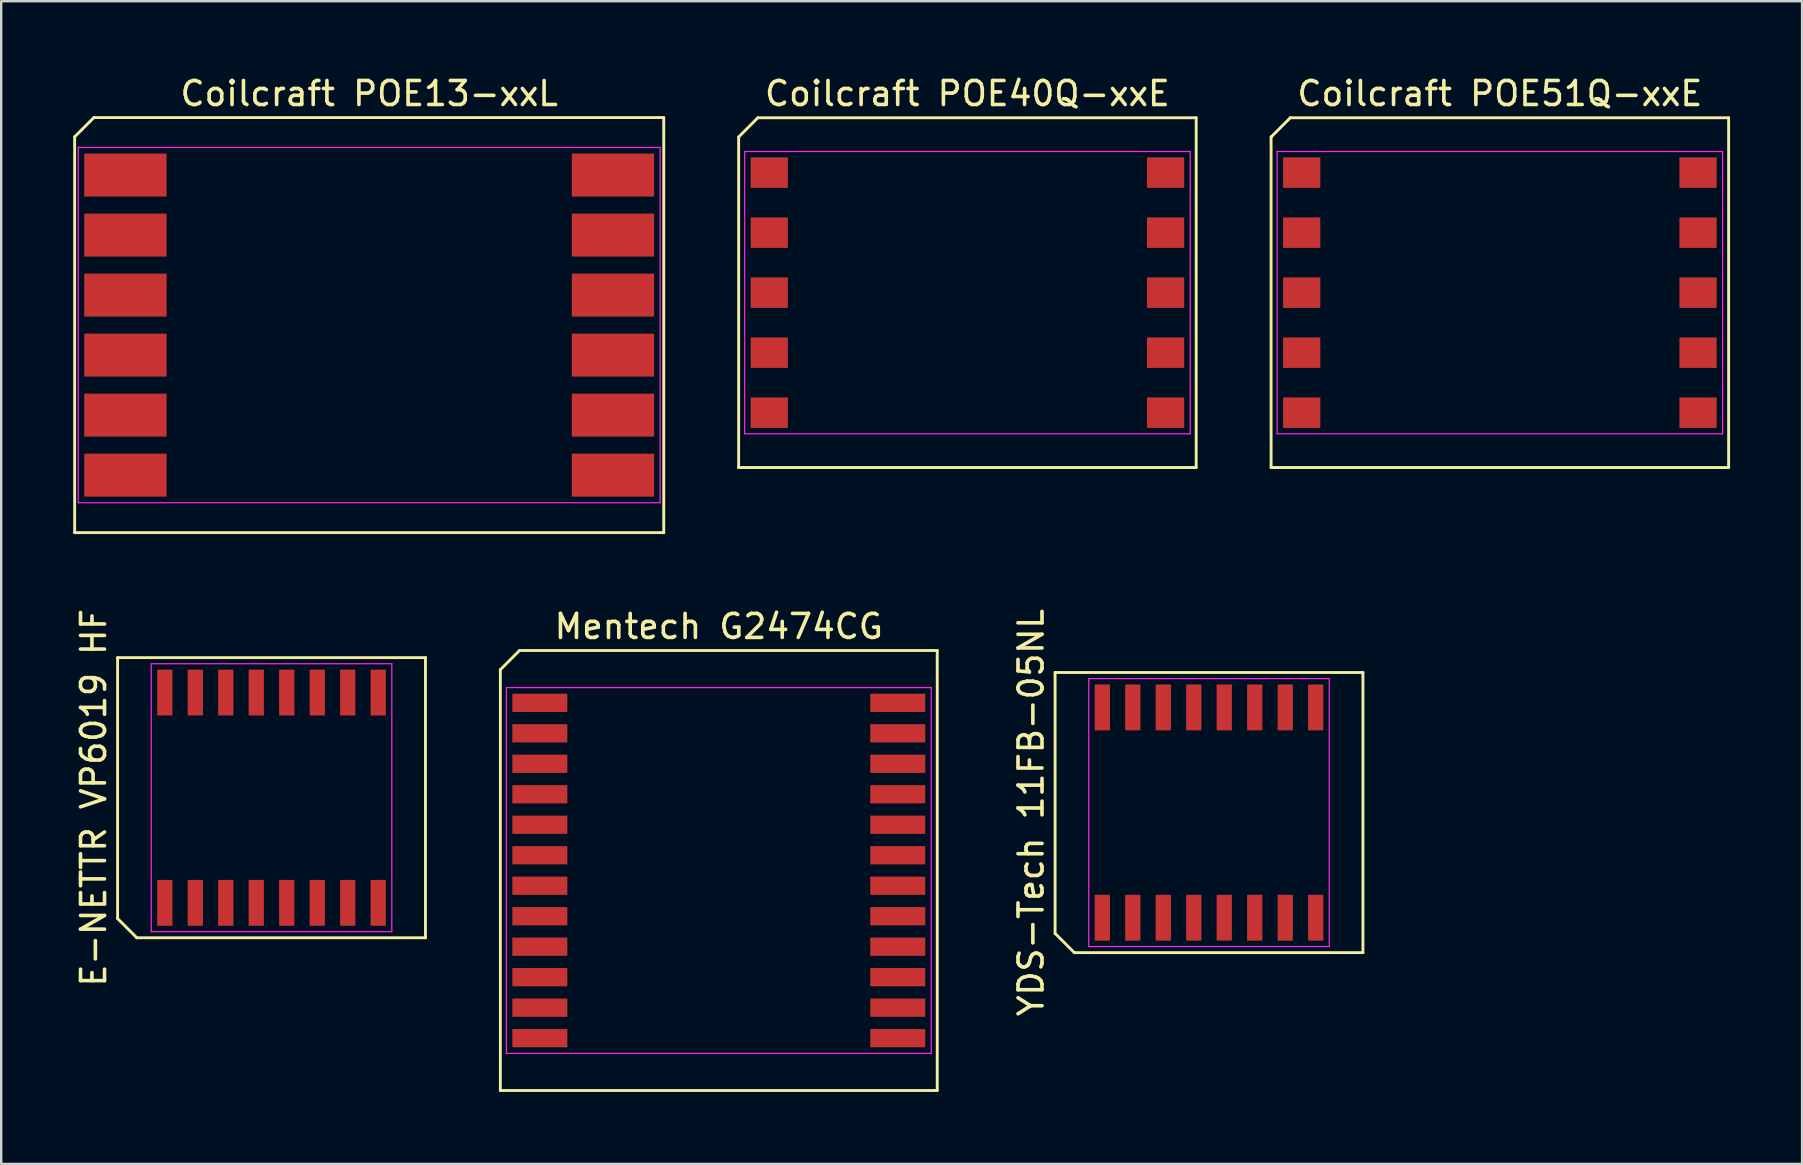
<source format=kicad_pcb>
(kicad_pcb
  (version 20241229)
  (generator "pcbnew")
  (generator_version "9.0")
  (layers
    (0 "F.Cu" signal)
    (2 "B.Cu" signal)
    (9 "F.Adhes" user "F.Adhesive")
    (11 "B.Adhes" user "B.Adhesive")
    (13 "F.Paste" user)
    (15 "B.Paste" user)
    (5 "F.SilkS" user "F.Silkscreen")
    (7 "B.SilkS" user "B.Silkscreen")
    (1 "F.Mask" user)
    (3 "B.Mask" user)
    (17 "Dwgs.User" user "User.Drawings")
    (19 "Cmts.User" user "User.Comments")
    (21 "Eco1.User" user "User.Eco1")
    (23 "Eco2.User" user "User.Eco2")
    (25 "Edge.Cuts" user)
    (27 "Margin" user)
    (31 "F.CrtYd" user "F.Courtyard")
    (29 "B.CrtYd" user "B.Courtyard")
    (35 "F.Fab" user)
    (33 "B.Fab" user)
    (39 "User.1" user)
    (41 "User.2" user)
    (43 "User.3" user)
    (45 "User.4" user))
  (footprint "Mentech G2474CG"
    (layer "F.Cu")
    (at 19.438 26.227)
    (property "Reference" "Mentech G2474CG" (at 7.455 -3.18 0) (layer "F.SilkS") (effects (font (size 1 1) (thickness 0.15))))
    (attr smd)
    (fp_line (start -1.645 -1.38) (end -0.845 -2.18) (stroke (width 0.12) (type default)) (layer "F.SilkS"))
    (fp_line (start -1.645 16.15) (end -1.645 -1.38) (stroke (width 0.12) (type default)) (layer "F.SilkS"))
    (fp_line (start -0.845 -2.18) (end 16.555 -2.18) (stroke (width 0.12) (type default)) (layer "F.SilkS"))
    (fp_line (start 16.555 -2.18) (end 16.555 16.15) (stroke (width 0.12) (type default)) (layer "F.SilkS"))
    (fp_line (start 16.555 16.15) (end -1.645 16.15) (stroke (width 0.12) (type default)) (layer "F.SilkS"))
    (fp_line (start -1.395 -0.635) (end 16.305 -0.635) (stroke (width 0.05) (type default)) (layer "F.CrtYd"))
    (fp_line (start -1.395 14.605) (end -1.395 -0.635) (stroke (width 0.05) (type default)) (layer "F.CrtYd"))
    (fp_line (start 16.305 -0.635) (end 16.305 14.605) (stroke (width 0.05) (type default)) (layer "F.CrtYd"))
    (fp_line (start 16.305 14.605) (end -1.395 14.605) (stroke (width 0.05) (type default)) (layer "F.CrtYd"))
    (pad "1" smd rect (at 0 0 270) (size 0.76 2.29) (layers "F.Cu" "F.Mask" "F.Paste"))
    (pad "2" smd rect (at 0 1.27 270) (size 0.76 2.29) (layers "F.Cu" "F.Mask" "F.Paste"))
    (pad "3" smd rect (at 0 2.54 270) (size 0.76 2.29) (layers "F.Cu" "F.Mask" "F.Paste"))
    (pad "4" smd rect (at 0 3.81 270) (size 0.76 2.29) (layers "F.Cu" "F.Mask" "F.Paste"))
    (pad "5" smd rect (at 0 5.08 270) (size 0.76 2.29) (layers "F.Cu" "F.Mask" "F.Paste"))
    (pad "6" smd rect (at 0 6.35 270) (size 0.76 2.29) (layers "F.Cu" "F.Mask" "F.Paste"))
    (pad "7" smd rect (at 0 7.62 270) (size 0.76 2.29) (layers "F.Cu" "F.Mask" "F.Paste"))
    (pad "8" smd rect (at 0 8.89 270) (size 0.76 2.29) (layers "F.Cu" "F.Mask" "F.Paste"))
    (pad "9" smd rect (at 0 10.16 270) (size 0.76 2.29) (layers "F.Cu" "F.Mask" "F.Paste"))
    (pad "10" smd rect (at 0 11.43 270) (size 0.76 2.29) (layers "F.Cu" "F.Mask" "F.Paste"))
    (pad "11" smd rect (at 0 12.7 270) (size 0.76 2.29) (layers "F.Cu" "F.Mask" "F.Paste"))
    (pad "12" smd rect (at 0 13.97 270) (size 0.76 2.29) (layers "F.Cu" "F.Mask" "F.Paste"))
    (pad "13" smd rect (at 14.91 13.97 270) (size 0.76 2.29) (layers "F.Cu" "F.Mask" "F.Paste"))
    (pad "14" smd rect (at 14.91 12.7 270) (size 0.76 2.29) (layers "F.Cu" "F.Mask" "F.Paste"))
    (pad "15" smd rect (at 14.91 11.43 270) (size 0.76 2.29) (layers "F.Cu" "F.Mask" "F.Paste"))
    (pad "16" smd rect (at 14.91 10.16 270) (size 0.76 2.29) (layers "F.Cu" "F.Mask" "F.Paste"))
    (pad "17" smd rect (at 14.91 8.89 270) (size 0.76 2.29) (layers "F.Cu" "F.Mask" "F.Paste"))
    (pad "18" smd rect (at 14.91 7.62 270) (size 0.76 2.29) (layers "F.Cu" "F.Mask" "F.Paste"))
    (pad "19" smd rect (at 14.91 6.35 270) (size 0.76 2.29) (layers "F.Cu" "F.Mask" "F.Paste"))
    (pad "20" smd rect (at 14.91 5.08 270) (size 0.76 2.29) (layers "F.Cu" "F.Mask" "F.Paste"))
    (pad "21" smd rect (at 14.91 3.81 270) (size 0.76 2.29) (layers "F.Cu" "F.Mask" "F.Paste"))
    (pad "22" smd rect (at 14.91 2.54 270) (size 0.76 2.29) (layers "F.Cu" "F.Mask" "F.Paste"))
    (pad "23" smd rect (at 14.91 1.27 270) (size 0.76 2.29) (layers "F.Cu" "F.Mask" "F.Paste"))
    (pad "24" smd rect (at 14.91 0 270) (size 0.76 2.29) (layers "F.Cu" "F.Mask" "F.Paste")))
  (footprint "Coilcraft POE51Q-xxE"
    (layer "F.Cu")
    (at 59.43 9.103)
    (property "Reference" "Coilcraft POE51Q-xxE" (at 0 -8.255 0) (layer "F.SilkS") (effects (font (size 1 1) (thickness 0.15))))
    (attr smd)
    (fp_line (start -9.53 -6.447) (end -8.73 -7.247) (stroke (width 0.12) (type default)) (layer "F.SilkS"))
    (fp_line (start -9.53 7.323) (end -9.53 -6.447) (stroke (width 0.12) (type default)) (layer "F.SilkS"))
    (fp_line (start -8.73 -7.247) (end 9.53 -7.247) (stroke (width 0.12) (type default)) (layer "F.SilkS"))
    (fp_line (start 9.53 -7.247) (end 9.53 7.323) (stroke (width 0.12) (type default)) (layer "F.SilkS"))
    (fp_line (start 9.53 7.323) (end -9.53 7.323) (stroke (width 0.12) (type default)) (layer "F.SilkS"))
    (fp_line (start -9.28 -5.842) (end 9.28 -5.842) (stroke (width 0.05) (type default)) (layer "F.CrtYd"))
    (fp_line (start -9.28 5.918) (end -9.28 -5.842) (stroke (width 0.05) (type default)) (layer "F.CrtYd"))
    (fp_line (start 9.28 -5.842) (end 9.28 5.918) (stroke (width 0.05) (type default)) (layer "F.CrtYd"))
    (fp_line (start 9.28 5.918) (end -9.28 5.918) (stroke (width 0.05) (type default)) (layer "F.CrtYd"))
    (pad "1" smd rect (at -8.255 -4.962 270) (size 1.27 1.55) (layers "F.Cu" "F.Mask" "F.Paste"))
    (pad "2" smd rect (at -8.255 -2.462 270) (size 1.27 1.55) (layers "F.Cu" "F.Mask" "F.Paste"))
    (pad "3" smd rect (at -8.255 0.038 270) (size 1.27 1.55) (layers "F.Cu" "F.Mask" "F.Paste"))
    (pad "4" smd rect (at -8.255 2.538 270) (size 1.27 1.55) (layers "F.Cu" "F.Mask" "F.Paste"))
    (pad "5" smd rect (at -8.255 5.038 270) (size 1.27 1.55) (layers "F.Cu" "F.Mask" "F.Paste"))
    (pad "6" smd rect (at 8.255 5.038 270) (size 1.27 1.55) (layers "F.Cu" "F.Mask" "F.Paste"))
    (pad "7" smd rect (at 8.255 2.538 270) (size 1.27 1.55) (layers "F.Cu" "F.Mask" "F.Paste"))
    (pad "8" smd rect (at 8.255 0.038 270) (size 1.27 1.55) (layers "F.Cu" "F.Mask" "F.Paste"))
    (pad "9" smd rect (at 8.255 -2.462 270) (size 1.27 1.55) (layers "F.Cu" "F.Mask" "F.Paste"))
    (pad "10" smd rect (at 8.255 -4.962 270) (size 1.27 1.55) (layers "F.Cu" "F.Mask" "F.Paste")))
  (footprint "YDS-Tech 11FB-05NL"
    (layer "F.Cu")
    (at 47.314 30.799)
    (property "Reference" "YDS-Tech 11FB-05NL" (at -7.412 0 90) (layer "F.SilkS") (effects (font (size 1 1) (thickness 0.15))))
    (attr smd)
    (fp_line (start -6.412 -5.835) (end 6.412 -5.835) (stroke (width 0.12) (type default)) (layer "F.SilkS"))
    (fp_line (start -6.412 5.035) (end -6.412 -5.835) (stroke (width 0.12) (type default)) (layer "F.SilkS"))
    (fp_line (start -5.612 5.835) (end -6.412 5.035) (stroke (width 0.12) (type default)) (layer "F.SilkS"))
    (fp_line (start 6.412 -5.835) (end 6.412 5.835) (stroke (width 0.12) (type default)) (layer "F.SilkS"))
    (fp_line (start 6.412 5.835) (end -5.612 5.835) (stroke (width 0.12) (type default)) (layer "F.SilkS"))
    (fp_line (start -5.01 -5.58) (end 5.01 -5.58) (stroke (width 0.05) (type default)) (layer "F.CrtYd"))
    (fp_line (start -5.01 5.58) (end -5.01 -5.58) (stroke (width 0.05) (type default)) (layer "F.CrtYd"))
    (fp_line (start 5.01 -5.58) (end 5.01 5.58) (stroke (width 0.05) (type default)) (layer "F.CrtYd"))
    (fp_line (start 5.01 5.58) (end -5.01 5.58) (stroke (width 0.05) (type default)) (layer "F.CrtYd"))
    (pad "1" smd rect (at -4.445 4.38) (size 0.635 1.91) (layers "F.Cu" "F.Mask" "F.Paste"))
    (pad "2" smd rect (at -3.175 4.38) (size 0.635 1.91) (layers "F.Cu" "F.Mask" "F.Paste"))
    (pad "3" smd rect (at -1.905 4.38) (size 0.635 1.91) (layers "F.Cu" "F.Mask" "F.Paste"))
    (pad "4" smd rect (at -0.635 4.38) (size 0.635 1.91) (layers "F.Cu" "F.Mask" "F.Paste"))
    (pad "5" smd rect (at 0.635 4.38) (size 0.635 1.91) (layers "F.Cu" "F.Mask" "F.Paste"))
    (pad "6" smd rect (at 1.905 4.38) (size 0.635 1.91) (layers "F.Cu" "F.Mask" "F.Paste"))
    (pad "7" smd rect (at 3.175 4.38) (size 0.635 1.91) (layers "F.Cu" "F.Mask" "F.Paste"))
    (pad "8" smd rect (at 4.445 4.38) (size 0.635 1.91) (layers "F.Cu" "F.Mask" "F.Paste"))
    (pad "9" smd rect (at 4.445 -4.38) (size 0.635 1.91) (layers "F.Cu" "F.Mask" "F.Paste"))
    (pad "10" smd rect (at 3.175 -4.38) (size 0.635 1.91) (layers "F.Cu" "F.Mask" "F.Paste"))
    (pad "11" smd rect (at 1.905 -4.38) (size 0.635 1.91) (layers "F.Cu" "F.Mask" "F.Paste"))
    (pad "12" smd rect (at 0.635 -4.38) (size 0.635 1.91) (layers "F.Cu" "F.Mask" "F.Paste"))
    (pad "13" smd rect (at -0.635 -4.38) (size 0.635 1.91) (layers "F.Cu" "F.Mask" "F.Paste"))
    (pad "14" smd rect (at -1.905 -4.38) (size 0.635 1.91) (layers "F.Cu" "F.Mask" "F.Paste"))
    (pad "15" smd rect (at -3.175 -4.38) (size 0.635 1.91) (layers "F.Cu" "F.Mask" "F.Paste"))
    (pad "16" smd rect (at -4.445 -4.38) (size 0.635 1.91) (layers "F.Cu" "F.Mask" "F.Paste")))
  (footprint "Coilcraft POE13-xxL"
    (layer "F.Cu")
    (at 12.33 10.493)
    (property "Reference" "Coilcraft POE13-xxL" (at 0 -9.645 0) (layer "F.SilkS") (effects (font (size 1 1) (thickness 0.15))))
    (attr smd)
    (fp_line (start -12.27 -7.845) (end -11.47 -8.645) (stroke (width 0.12) (type default)) (layer "F.SilkS"))
    (fp_line (start -12.27 8.645) (end -12.27 -7.845) (stroke (width 0.12) (type default)) (layer "F.SilkS"))
    (fp_line (start -11.47 -8.645) (end 12.27 -8.645) (stroke (width 0.12) (type default)) (layer "F.SilkS"))
    (fp_line (start 12.27 -8.645) (end 12.27 8.645) (stroke (width 0.12) (type default)) (layer "F.SilkS"))
    (fp_line (start 12.27 8.645) (end -12.27 8.645) (stroke (width 0.12) (type default)) (layer "F.SilkS"))
    (fp_line (start -12.12 -7.4) (end 12.12 -7.4) (stroke (width 0.05) (type default)) (layer "F.CrtYd"))
    (fp_line (start -12.12 7.4) (end -12.12 -7.4) (stroke (width 0.05) (type default)) (layer "F.CrtYd"))
    (fp_line (start 12.12 -7.4) (end 12.12 7.4) (stroke (width 0.05) (type default)) (layer "F.CrtYd"))
    (fp_line (start 12.12 7.4) (end -12.12 7.4) (stroke (width 0.05) (type default)) (layer "F.CrtYd"))
    (pad "1" smd rect (at -10.155 -6.25 270) (size 1.79 3.43) (layers "F.Cu" "F.Mask" "F.Paste"))
    (pad "2" smd rect (at -10.155 -3.75 270) (size 1.79 3.43) (layers "F.Cu" "F.Mask" "F.Paste"))
    (pad "3" smd rect (at -10.155 -1.25 270) (size 1.79 3.43) (layers "F.Cu" "F.Mask" "F.Paste"))
    (pad "4" smd rect (at -10.155 1.25 270) (size 1.79 3.43) (layers "F.Cu" "F.Mask" "F.Paste"))
    (pad "5" smd rect (at -10.155 3.75 270) (size 1.79 3.43) (layers "F.Cu" "F.Mask" "F.Paste"))
    (pad "6" smd rect (at -10.155 6.25 270) (size 1.79 3.43) (layers "F.Cu" "F.Mask" "F.Paste"))
    (pad "7" smd rect (at 10.155 6.25 270) (size 1.79 3.43) (layers "F.Cu" "F.Mask" "F.Paste"))
    (pad "8" smd rect (at 10.155 3.75 270) (size 1.79 3.43) (layers "F.Cu" "F.Mask" "F.Paste"))
    (pad "9" smd rect (at 10.155 1.25 270) (size 1.79 3.43) (layers "F.Cu" "F.Mask" "F.Paste"))
    (pad "10" smd rect (at 10.155 -1.25 270) (size 1.79 3.43) (layers "F.Cu" "F.Mask" "F.Paste"))
    (pad "11" smd rect (at 10.155 -3.75 270) (size 1.79 3.43) (layers "F.Cu" "F.Mask" "F.Paste"))
    (pad "12" smd rect (at 10.155 -6.25 270) (size 1.79 3.43) (layers "F.Cu" "F.Mask" "F.Paste")))
  (footprint "Coilcraft POE40Q-xxE"
    (layer "F.Cu")
    (at 37.25 9.103)
    (property "Reference" "Coilcraft POE40Q-xxE" (at 0 -8.255 0) (layer "F.SilkS") (effects (font (size 1 1) (thickness 0.15))))
    (attr smd)
    (fp_line (start -9.53 -6.447) (end -8.73 -7.247) (stroke (width 0.12) (type default)) (layer "F.SilkS"))
    (fp_line (start -9.53 7.323) (end -9.53 -6.447) (stroke (width 0.12) (type default)) (layer "F.SilkS"))
    (fp_line (start -8.73 -7.247) (end 9.53 -7.247) (stroke (width 0.12) (type default)) (layer "F.SilkS"))
    (fp_line (start 9.53 -7.247) (end 9.53 7.323) (stroke (width 0.12) (type default)) (layer "F.SilkS"))
    (fp_line (start 9.53 7.323) (end -9.53 7.323) (stroke (width 0.12) (type default)) (layer "F.SilkS"))
    (fp_line (start -9.28 -5.842) (end 9.28 -5.842) (stroke (width 0.05) (type default)) (layer "F.CrtYd"))
    (fp_line (start -9.28 5.918) (end -9.28 -5.842) (stroke (width 0.05) (type default)) (layer "F.CrtYd"))
    (fp_line (start 9.28 -5.842) (end 9.28 5.918) (stroke (width 0.05) (type default)) (layer "F.CrtYd"))
    (fp_line (start 9.28 5.918) (end -9.28 5.918) (stroke (width 0.05) (type default)) (layer "F.CrtYd"))
    (pad "1" smd rect (at -8.255 -4.962 270) (size 1.27 1.55) (layers "F.Cu" "F.Mask" "F.Paste"))
    (pad "2" smd rect (at -8.255 -2.462 270) (size 1.27 1.55) (layers "F.Cu" "F.Mask" "F.Paste"))
    (pad "3" smd rect (at -8.255 0.038 270) (size 1.27 1.55) (layers "F.Cu" "F.Mask" "F.Paste"))
    (pad "4" smd rect (at -8.255 2.538 270) (size 1.27 1.55) (layers "F.Cu" "F.Mask" "F.Paste"))
    (pad "5" smd rect (at -8.255 5.038 270) (size 1.27 1.55) (layers "F.Cu" "F.Mask" "F.Paste"))
    (pad "6" smd rect (at 8.255 5.038 270) (size 1.27 1.55) (layers "F.Cu" "F.Mask" "F.Paste"))
    (pad "7" smd rect (at 8.255 2.538 270) (size 1.27 1.55) (layers "F.Cu" "F.Mask" "F.Paste"))
    (pad "8" smd rect (at 8.255 0.038 270) (size 1.27 1.55) (layers "F.Cu" "F.Mask" "F.Paste"))
    (pad "9" smd rect (at 8.255 -2.462 270) (size 1.27 1.55) (layers "F.Cu" "F.Mask" "F.Paste"))
    (pad "10" smd rect (at 8.255 -4.962 270) (size 1.27 1.55) (layers "F.Cu" "F.Mask" "F.Paste")))
  (footprint "E-NETTR VP6019 HF"
    (layer "F.Cu")
    (at 8.261 30.18)
    (property "Reference" "E-NETTR VP6019 HF" (at -7.412 0 90) (layer "F.SilkS") (effects (font (size 1 1) (thickness 0.15))))
    (attr smd)
    (fp_line (start -6.412 -5.835) (end 6.412 -5.835) (stroke (width 0.12) (type default)) (layer "F.SilkS"))
    (fp_line (start -6.412 5.035) (end -6.412 -5.835) (stroke (width 0.12) (type default)) (layer "F.SilkS"))
    (fp_line (start -5.612 5.835) (end -6.412 5.035) (stroke (width 0.12) (type default)) (layer "F.SilkS"))
    (fp_line (start 6.412 -5.835) (end 6.412 5.835) (stroke (width 0.12) (type default)) (layer "F.SilkS"))
    (fp_line (start 6.412 5.835) (end -5.612 5.835) (stroke (width 0.12) (type default)) (layer "F.SilkS"))
    (fp_line (start -5.01 -5.58) (end 5.01 -5.58) (stroke (width 0.05) (type default)) (layer "F.CrtYd"))
    (fp_line (start -5.01 5.58) (end -5.01 -5.58) (stroke (width 0.05) (type default)) (layer "F.CrtYd"))
    (fp_line (start 5.01 -5.58) (end 5.01 5.58) (stroke (width 0.05) (type default)) (layer "F.CrtYd"))
    (fp_line (start 5.01 5.58) (end -5.01 5.58) (stroke (width 0.05) (type default)) (layer "F.CrtYd"))
    (pad "1" smd rect (at -4.445 4.38) (size 0.635 1.91) (layers "F.Cu" "F.Mask" "F.Paste"))
    (pad "2" smd rect (at -3.175 4.38) (size 0.635 1.91) (layers "F.Cu" "F.Mask" "F.Paste"))
    (pad "3" smd rect (at -1.905 4.38) (size 0.635 1.91) (layers "F.Cu" "F.Mask" "F.Paste"))
    (pad "4" smd rect (at -0.635 4.38) (size 0.635 1.91) (layers "F.Cu" "F.Mask" "F.Paste"))
    (pad "5" smd rect (at 0.635 4.38) (size 0.635 1.91) (layers "F.Cu" "F.Mask" "F.Paste"))
    (pad "6" smd rect (at 1.905 4.38) (size 0.635 1.91) (layers "F.Cu" "F.Mask" "F.Paste"))
    (pad "7" smd rect (at 3.175 4.38) (size 0.635 1.91) (layers "F.Cu" "F.Mask" "F.Paste"))
    (pad "8" smd rect (at 4.445 4.38) (size 0.635 1.91) (layers "F.Cu" "F.Mask" "F.Paste"))
    (pad "9" smd rect (at 4.445 -4.38) (size 0.635 1.91) (layers "F.Cu" "F.Mask" "F.Paste"))
    (pad "10" smd rect (at 3.175 -4.38) (size 0.635 1.91) (layers "F.Cu" "F.Mask" "F.Paste"))
    (pad "11" smd rect (at 1.905 -4.38) (size 0.635 1.91) (layers "F.Cu" "F.Mask" "F.Paste"))
    (pad "12" smd rect (at 0.635 -4.38) (size 0.635 1.91) (layers "F.Cu" "F.Mask" "F.Paste"))
    (pad "13" smd rect (at -0.635 -4.38) (size 0.635 1.91) (layers "F.Cu" "F.Mask" "F.Paste"))
    (pad "14" smd rect (at -1.905 -4.38) (size 0.635 1.91) (layers "F.Cu" "F.Mask" "F.Paste"))
    (pad "15" smd rect (at -3.175 -4.38) (size 0.635 1.91) (layers "F.Cu" "F.Mask" "F.Paste"))
    (pad "16" smd rect (at -4.445 -4.38) (size 0.635 1.91) (layers "F.Cu" "F.Mask" "F.Paste")))
  (gr_rect
    (start -3 -3)
    (end 72.02 45.437)
    (stroke (width 0.1) (type default))
    (fill no)
    (layer "Edge.Cuts")))
</source>
